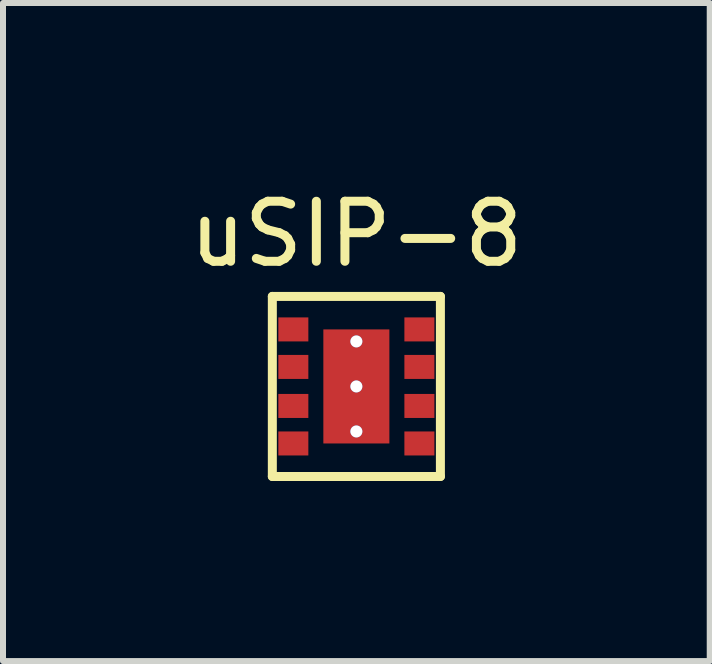
<source format=kicad_pcb>
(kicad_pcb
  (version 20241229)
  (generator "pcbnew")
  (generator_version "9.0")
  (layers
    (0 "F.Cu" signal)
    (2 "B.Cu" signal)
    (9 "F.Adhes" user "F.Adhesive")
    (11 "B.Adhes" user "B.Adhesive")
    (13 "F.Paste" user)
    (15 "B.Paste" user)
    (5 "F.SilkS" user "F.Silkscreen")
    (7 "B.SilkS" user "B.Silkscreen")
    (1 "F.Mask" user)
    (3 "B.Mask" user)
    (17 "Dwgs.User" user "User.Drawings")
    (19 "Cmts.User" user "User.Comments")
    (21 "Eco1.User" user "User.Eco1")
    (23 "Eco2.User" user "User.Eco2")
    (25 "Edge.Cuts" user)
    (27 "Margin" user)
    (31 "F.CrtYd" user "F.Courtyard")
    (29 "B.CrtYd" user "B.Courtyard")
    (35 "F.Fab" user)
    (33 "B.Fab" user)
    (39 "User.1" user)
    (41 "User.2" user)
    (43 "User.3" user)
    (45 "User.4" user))
  (footprint "uSIP-8"
    (layer "F.Cu")
    (at 2.887 3.388)
    (property "Reference" "uSIP-8" (at 0 -2.54 0) (layer "F.SilkS") (effects (font (size 1 1) (thickness 0.15))))
    (attr through_hole)
    (fp_line (start -1.4 -1.5) (end -1.4 1.5) (stroke (width 0.15) (type solid)) (layer "F.SilkS"))
    (fp_line (start -1.4 1.5) (end 1.4 1.5) (stroke (width 0.15) (type solid)) (layer "F.SilkS"))
    (fp_line (start 1.4 -1.5) (end -1.4 -1.5) (stroke (width 0.15) (type solid)) (layer "F.SilkS"))
    (fp_line (start 1.4 1.5) (end 1.4 -1.5) (stroke (width 0.15) (type solid)) (layer "F.SilkS"))
    (pad "1" smd rect (at -1.05 -0.95) (size 0.5 0.4) (layers "F.Cu" "F.Mask" "F.Paste"))
    (pad "2" smd rect (at -1.05 -0.325) (size 0.5 0.4) (layers "F.Cu" "F.Mask" "F.Paste"))
    (pad "3" smd rect (at -1.05 0.325) (size 0.5 0.4) (layers "F.Cu" "F.Mask" "F.Paste"))
    (pad "4" smd rect (at -1.05 0.95) (size 0.5 0.4) (layers "F.Cu" "F.Mask" "F.Paste"))
    (pad "5" smd rect (at 1.05 0.95) (size 0.5 0.4) (layers "F.Cu" "F.Mask" "F.Paste"))
    (pad "6" smd rect (at 1.05 0.325) (size 0.5 0.4) (layers "F.Cu" "F.Mask" "F.Paste"))
    (pad "7" smd rect (at 1.05 -0.325) (size 0.5 0.4) (layers "F.Cu" "F.Mask" "F.Paste"))
    (pad "8" smd rect (at 1.05 -0.95) (size 0.5 0.4) (layers "F.Cu" "F.Mask" "F.Paste"))
    (pad "9" thru_hole circle (at 0 -0.75) (size 0.2 0.2) (drill 0.2) (layers "*.Cu" "*.Mask"))
    (pad "9" thru_hole circle (at 0 0) (size 0.2 0.2) (drill 0.2) (layers "*.Cu" "*.Mask"))
    (pad "9" smd rect (at 0 0) (size 1.1 1.9) (layers "F.Cu" "F.Mask" "F.Paste"))
    (pad "9" thru_hole circle (at 0 0.75) (size 0.2 0.2) (drill 0.2) (layers "*.Cu" "*.Mask")))
  (gr_rect
    (start -3 -3)
    (end 8.774 7.963)
    (stroke (width 0.1) (type default))
    (fill no)
    (layer "Edge.Cuts")))
</source>
